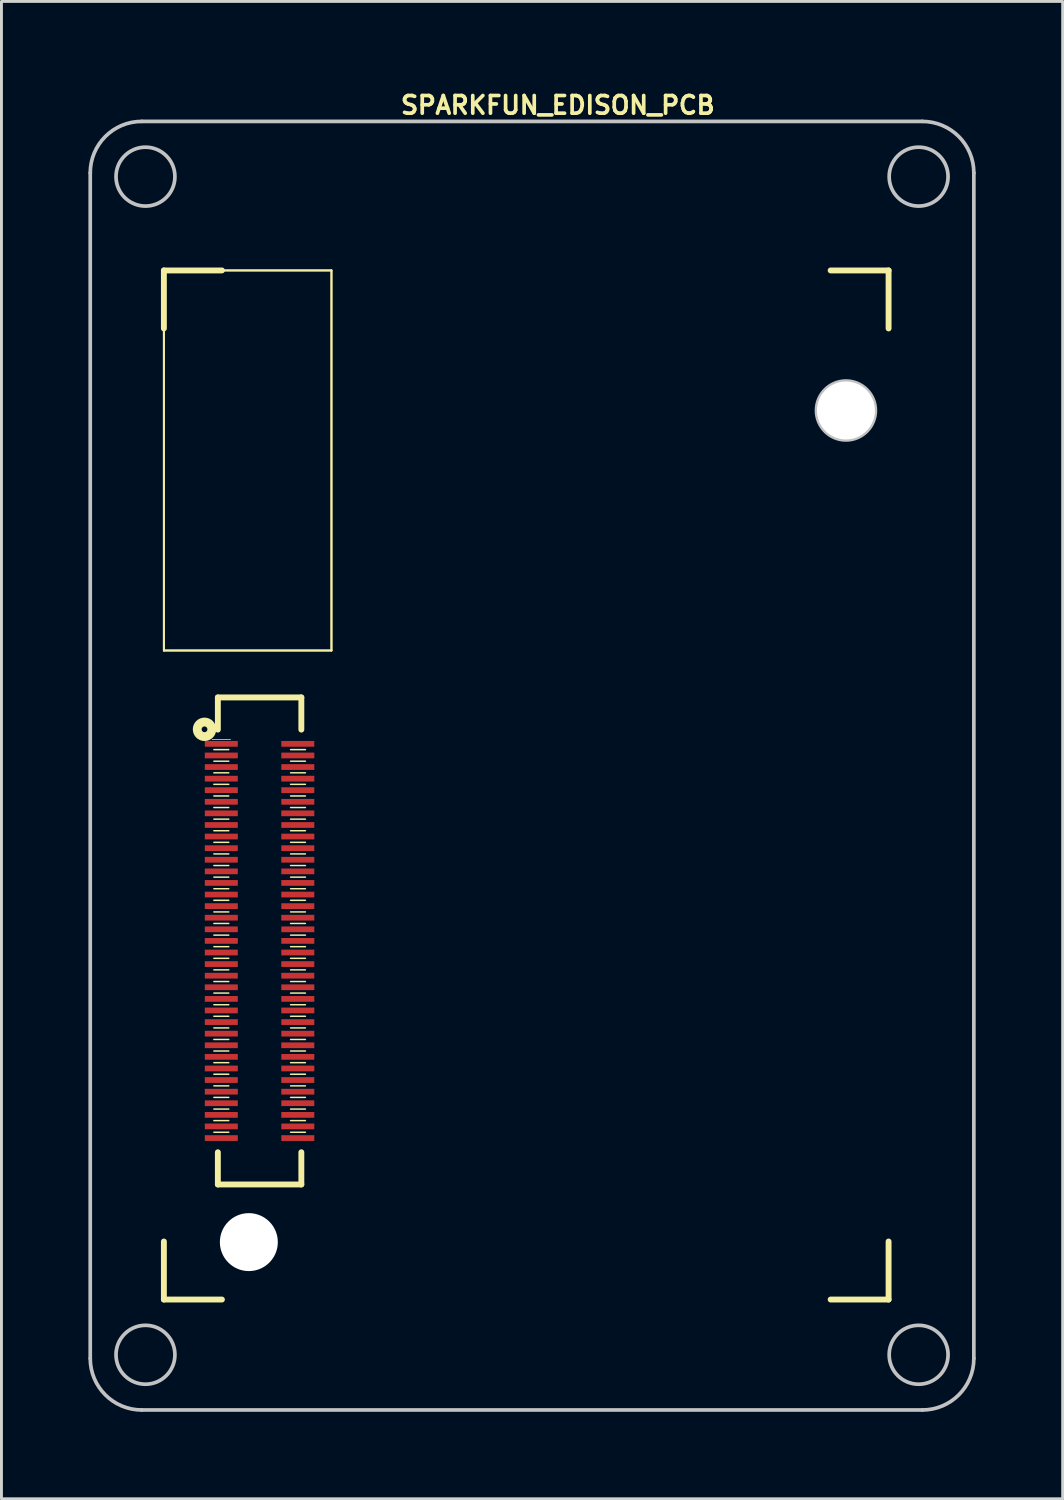
<source format=kicad_pcb>
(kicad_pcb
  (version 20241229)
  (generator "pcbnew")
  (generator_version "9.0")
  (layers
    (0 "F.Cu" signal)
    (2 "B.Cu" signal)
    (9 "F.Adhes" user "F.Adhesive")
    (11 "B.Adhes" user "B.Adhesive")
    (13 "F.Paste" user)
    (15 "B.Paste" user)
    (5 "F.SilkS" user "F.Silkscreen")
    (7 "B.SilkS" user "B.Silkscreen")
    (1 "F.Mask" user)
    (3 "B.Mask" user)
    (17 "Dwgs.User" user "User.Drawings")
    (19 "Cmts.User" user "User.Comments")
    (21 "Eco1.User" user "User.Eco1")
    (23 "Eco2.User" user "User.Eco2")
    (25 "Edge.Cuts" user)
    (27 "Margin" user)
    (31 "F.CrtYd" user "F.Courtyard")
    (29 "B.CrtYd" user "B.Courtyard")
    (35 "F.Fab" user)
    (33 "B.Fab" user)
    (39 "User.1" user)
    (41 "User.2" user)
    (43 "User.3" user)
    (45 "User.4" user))
  (footprint "SPARKFUN_EDISON_PCB"
    (layer "F.Cu")
    (at 15.303 23.998)
    (property "Reference" "SPARKFUN_EDISON_PCB" (at 0.889 -23.419 0) (layer "F.SilkS") (effects (font (size 0.61 0.61) (thickness 0.127))))
    (attr smd)
    (fp_line (start -12.7 -17.719) (end -10.698 -17.719) (stroke (width 0.203) (type solid)) (layer "F.SilkS"))
    (fp_line (start -12.7 -17.719) (end -6.919 -17.719) (stroke (width 0.066) (type solid)) (layer "F.SilkS"))
    (fp_line (start -12.7 -17.719) (end -6.919 -17.719) (stroke (width 0.066) (type solid)) (layer "F.SilkS"))
    (fp_line (start -12.7 -15.718) (end -12.7 -17.719) (stroke (width 0.203) (type solid)) (layer "F.SilkS"))
    (fp_line (start -12.7 -4.608) (end -12.7 -17.719) (stroke (width 0.066) (type solid)) (layer "F.SilkS"))
    (fp_line (start -12.7 -4.608) (end -12.7 -17.719) (stroke (width 0.066) (type solid)) (layer "F.SilkS"))
    (fp_line (start -12.7 -4.608) (end -6.919 -4.608) (stroke (width 0.066) (type solid)) (layer "F.SilkS"))
    (fp_line (start -12.7 -4.608) (end -6.919 -4.608) (stroke (width 0.066) (type solid)) (layer "F.SilkS"))
    (fp_line (start -12.7 17.78) (end -12.7 15.778) (stroke (width 0.203) (type solid)) (layer "F.SilkS"))
    (fp_line (start -11.036 -1.537) (end -10.401 -1.537) (stroke (width 0.025) (type solid)) (layer "F.SilkS"))
    (fp_line (start -10.975 -1.189) (end -10.462 -1.189) (stroke (width 0.051) (type solid)) (layer "F.SilkS"))
    (fp_line (start -10.975 -0.79) (end -10.462 -0.79) (stroke (width 0.051) (type solid)) (layer "F.SilkS"))
    (fp_line (start -10.975 -0.389) (end -10.462 -0.389) (stroke (width 0.051) (type solid)) (layer "F.SilkS"))
    (fp_line (start -10.975 0.008) (end -10.462 0.008) (stroke (width 0.051) (type solid)) (layer "F.SilkS"))
    (fp_line (start -10.975 0.409) (end -10.462 0.409) (stroke (width 0.051) (type solid)) (layer "F.SilkS"))
    (fp_line (start -10.975 0.808) (end -10.462 0.808) (stroke (width 0.051) (type solid)) (layer "F.SilkS"))
    (fp_line (start -10.975 1.209) (end -10.462 1.209) (stroke (width 0.051) (type solid)) (layer "F.SilkS"))
    (fp_line (start -10.975 1.608) (end -10.462 1.608) (stroke (width 0.051) (type solid)) (layer "F.SilkS"))
    (fp_line (start -10.975 2.009) (end -10.462 2.009) (stroke (width 0.051) (type solid)) (layer "F.SilkS"))
    (fp_line (start -10.975 2.408) (end -10.462 2.408) (stroke (width 0.051) (type solid)) (layer "F.SilkS"))
    (fp_line (start -10.975 2.809) (end -10.462 2.809) (stroke (width 0.051) (type solid)) (layer "F.SilkS"))
    (fp_line (start -10.975 3.208) (end -10.462 3.208) (stroke (width 0.051) (type solid)) (layer "F.SilkS"))
    (fp_line (start -10.975 3.609) (end -10.462 3.609) (stroke (width 0.051) (type solid)) (layer "F.SilkS"))
    (fp_line (start -10.975 4.008) (end -10.462 4.008) (stroke (width 0.051) (type solid)) (layer "F.SilkS"))
    (fp_line (start -10.975 4.409) (end -10.462 4.409) (stroke (width 0.051) (type solid)) (layer "F.SilkS"))
    (fp_line (start -10.975 4.808) (end -10.462 4.808) (stroke (width 0.051) (type solid)) (layer "F.SilkS"))
    (fp_line (start -10.975 5.21) (end -10.462 5.21) (stroke (width 0.051) (type solid)) (layer "F.SilkS"))
    (fp_line (start -10.975 5.608) (end -10.462 5.608) (stroke (width 0.051) (type solid)) (layer "F.SilkS"))
    (fp_line (start -10.975 6.01) (end -10.462 6.01) (stroke (width 0.051) (type solid)) (layer "F.SilkS"))
    (fp_line (start -10.975 6.408) (end -10.462 6.408) (stroke (width 0.051) (type solid)) (layer "F.SilkS"))
    (fp_line (start -10.975 6.81) (end -10.462 6.81) (stroke (width 0.051) (type solid)) (layer "F.SilkS"))
    (fp_line (start -10.975 7.209) (end -10.462 7.209) (stroke (width 0.051) (type solid)) (layer "F.SilkS"))
    (fp_line (start -10.975 7.61) (end -10.462 7.61) (stroke (width 0.051) (type solid)) (layer "F.SilkS"))
    (fp_line (start -10.975 8.009) (end -10.462 8.009) (stroke (width 0.051) (type solid)) (layer "F.SilkS"))
    (fp_line (start -10.975 8.41) (end -10.462 8.41) (stroke (width 0.051) (type solid)) (layer "F.SilkS"))
    (fp_line (start -10.975 8.809) (end -10.462 8.809) (stroke (width 0.051) (type solid)) (layer "F.SilkS"))
    (fp_line (start -10.975 9.207) (end -10.462 9.207) (stroke (width 0.051) (type solid)) (layer "F.SilkS"))
    (fp_line (start -10.975 9.609) (end -10.462 9.609) (stroke (width 0.051) (type solid)) (layer "F.SilkS"))
    (fp_line (start -10.975 10.008) (end -10.462 10.008) (stroke (width 0.051) (type solid)) (layer "F.SilkS"))
    (fp_line (start -10.975 10.409) (end -10.462 10.409) (stroke (width 0.051) (type solid)) (layer "F.SilkS"))
    (fp_line (start -10.975 10.808) (end -10.462 10.808) (stroke (width 0.051) (type solid)) (layer "F.SilkS"))
    (fp_line (start -10.975 11.209) (end -10.462 11.209) (stroke (width 0.051) (type solid)) (layer "F.SilkS"))
    (fp_line (start -10.975 11.608) (end -10.462 11.608) (stroke (width 0.051) (type solid)) (layer "F.SilkS"))
    (fp_line (start -10.975 12.009) (end -10.462 12.009) (stroke (width 0.051) (type solid)) (layer "F.SilkS"))
    (fp_line (start -10.838 -2.99) (end -10.838 -1.88) (stroke (width 0.203) (type solid)) (layer "F.SilkS"))
    (fp_line (start -10.838 -2.99) (end -7.958 -2.99) (stroke (width 0.203) (type solid)) (layer "F.SilkS"))
    (fp_line (start -10.838 12.7) (end -10.838 13.81) (stroke (width 0.203) (type solid)) (layer "F.SilkS"))
    (fp_line (start -10.698 17.78) (end -12.7 17.78) (stroke (width 0.203) (type solid)) (layer "F.SilkS"))
    (fp_line (start -8.329 -1.189) (end -7.818 -1.189) (stroke (width 0.051) (type solid)) (layer "F.SilkS"))
    (fp_line (start -8.329 -0.79) (end -7.818 -0.79) (stroke (width 0.051) (type solid)) (layer "F.SilkS"))
    (fp_line (start -8.329 -0.389) (end -7.818 -0.389) (stroke (width 0.051) (type solid)) (layer "F.SilkS"))
    (fp_line (start -8.329 0.008) (end -7.818 0.008) (stroke (width 0.051) (type solid)) (layer "F.SilkS"))
    (fp_line (start -8.329 0.409) (end -7.818 0.409) (stroke (width 0.051) (type solid)) (layer "F.SilkS"))
    (fp_line (start -8.329 0.808) (end -7.818 0.808) (stroke (width 0.051) (type solid)) (layer "F.SilkS"))
    (fp_line (start -8.329 1.209) (end -7.818 1.209) (stroke (width 0.051) (type solid)) (layer "F.SilkS"))
    (fp_line (start -8.329 1.608) (end -7.818 1.608) (stroke (width 0.051) (type solid)) (layer "F.SilkS"))
    (fp_line (start -8.329 2.009) (end -7.818 2.009) (stroke (width 0.051) (type solid)) (layer "F.SilkS"))
    (fp_line (start -8.329 2.408) (end -7.818 2.408) (stroke (width 0.051) (type solid)) (layer "F.SilkS"))
    (fp_line (start -8.329 2.809) (end -7.818 2.809) (stroke (width 0.051) (type solid)) (layer "F.SilkS"))
    (fp_line (start -8.329 3.208) (end -7.818 3.208) (stroke (width 0.051) (type solid)) (layer "F.SilkS"))
    (fp_line (start -8.329 3.609) (end -7.818 3.609) (stroke (width 0.051) (type solid)) (layer "F.SilkS"))
    (fp_line (start -8.329 4.008) (end -7.818 4.008) (stroke (width 0.051) (type solid)) (layer "F.SilkS"))
    (fp_line (start -8.329 4.409) (end -7.818 4.409) (stroke (width 0.051) (type solid)) (layer "F.SilkS"))
    (fp_line (start -8.329 4.808) (end -7.818 4.808) (stroke (width 0.051) (type solid)) (layer "F.SilkS"))
    (fp_line (start -8.329 5.21) (end -7.818 5.21) (stroke (width 0.051) (type solid)) (layer "F.SilkS"))
    (fp_line (start -8.329 5.608) (end -7.818 5.608) (stroke (width 0.051) (type solid)) (layer "F.SilkS"))
    (fp_line (start -8.329 6.01) (end -7.818 6.01) (stroke (width 0.051) (type solid)) (layer "F.SilkS"))
    (fp_line (start -8.329 6.408) (end -7.818 6.408) (stroke (width 0.051) (type solid)) (layer "F.SilkS"))
    (fp_line (start -8.329 6.81) (end -7.818 6.81) (stroke (width 0.051) (type solid)) (layer "F.SilkS"))
    (fp_line (start -8.329 7.209) (end -7.818 7.209) (stroke (width 0.051) (type solid)) (layer "F.SilkS"))
    (fp_line (start -8.329 7.61) (end -7.818 7.61) (stroke (width 0.051) (type solid)) (layer "F.SilkS"))
    (fp_line (start -8.329 8.009) (end -7.818 8.009) (stroke (width 0.051) (type solid)) (layer "F.SilkS"))
    (fp_line (start -8.329 8.41) (end -7.818 8.41) (stroke (width 0.051) (type solid)) (layer "F.SilkS"))
    (fp_line (start -8.329 8.809) (end -7.818 8.809) (stroke (width 0.051) (type solid)) (layer "F.SilkS"))
    (fp_line (start -8.329 9.207) (end -7.818 9.207) (stroke (width 0.051) (type solid)) (layer "F.SilkS"))
    (fp_line (start -8.329 9.609) (end -7.818 9.609) (stroke (width 0.051) (type solid)) (layer "F.SilkS"))
    (fp_line (start -8.329 10.008) (end -7.818 10.008) (stroke (width 0.051) (type solid)) (layer "F.SilkS"))
    (fp_line (start -8.329 10.409) (end -7.818 10.409) (stroke (width 0.051) (type solid)) (layer "F.SilkS"))
    (fp_line (start -8.329 10.808) (end -7.818 10.808) (stroke (width 0.051) (type solid)) (layer "F.SilkS"))
    (fp_line (start -8.329 11.209) (end -7.818 11.209) (stroke (width 0.051) (type solid)) (layer "F.SilkS"))
    (fp_line (start -8.329 11.608) (end -7.818 11.608) (stroke (width 0.051) (type solid)) (layer "F.SilkS"))
    (fp_line (start -8.329 12.009) (end -7.818 12.009) (stroke (width 0.051) (type solid)) (layer "F.SilkS"))
    (fp_line (start -7.958 -2.99) (end -7.958 -1.88) (stroke (width 0.203) (type solid)) (layer "F.SilkS"))
    (fp_line (start -7.958 12.7) (end -7.958 13.81) (stroke (width 0.203) (type solid)) (layer "F.SilkS"))
    (fp_line (start -7.958 13.81) (end -10.838 13.81) (stroke (width 0.203) (type solid)) (layer "F.SilkS"))
    (fp_line (start -6.919 -4.608) (end -6.919 -17.719) (stroke (width 0.066) (type solid)) (layer "F.SilkS"))
    (fp_line (start -6.919 -4.608) (end -6.919 -17.719) (stroke (width 0.066) (type solid)) (layer "F.SilkS"))
    (fp_line (start 10.3 -17.719) (end 12.299 -17.719) (stroke (width 0.203) (type solid)) (layer "F.SilkS"))
    (fp_line (start 12.299 -17.719) (end 12.299 -15.718) (stroke (width 0.203) (type solid)) (layer "F.SilkS"))
    (fp_line (start 12.299 15.778) (end 12.299 17.78) (stroke (width 0.203) (type solid)) (layer "F.SilkS"))
    (fp_line (start 12.299 17.78) (end 10.3 17.78) (stroke (width 0.203) (type solid)) (layer "F.SilkS"))
    (fp_circle (center -11.298 -1.89) (end -11.298 -1.989) (stroke (width 0.305) (type solid)) (fill no) (layer "F.SilkS"))
    (fp_line (start -15.24 19.812) (end -15.24 -21.082) (stroke (width 0.127) (type solid)) (layer "Dwgs.User"))
    (fp_line (start -13.462 21.59) (end 13.462 21.59) (stroke (width 0.127) (type solid)) (layer "Dwgs.User"))
    (fp_line (start 13.462 -22.86) (end -13.462 -22.86) (stroke (width 0.127) (type solid)) (layer "Dwgs.User"))
    (fp_line (start 15.24 19.812) (end 15.24 -21.082) (stroke (width 0.127) (type solid)) (layer "Dwgs.User"))
    (fp_arc (start -15.24 -21.082) (mid -14.719236 -22.339236) (end -13.462 -22.86) (stroke (width 0.127) (type solid)) (layer "Dwgs.User"))
    (fp_arc (start -13.462 21.59) (mid -14.719236 21.069236) (end -15.24 19.812) (stroke (width 0.127) (type solid)) (layer "Dwgs.User"))
    (fp_arc (start 13.462 -22.86) (mid 14.719236 -22.339236) (end 15.24 -21.082) (stroke (width 0.127) (type solid)) (layer "Dwgs.User"))
    (fp_arc (start 15.24 19.812) (mid 14.719236 21.069236) (end 13.462 21.59) (stroke (width 0.127) (type solid)) (layer "Dwgs.User"))
    (fp_circle (center -13.335 -20.955) (end -13.335 -21.971) (stroke (width 0.127) (type solid)) (fill no) (layer "Dwgs.User"))
    (fp_circle (center -13.335 19.685) (end -13.335 18.669) (stroke (width 0.127) (type solid)) (fill no) (layer "Dwgs.User"))
    (fp_circle (center 10.828 -12.888) (end 10.828 -13.904) (stroke (width 0.127) (type solid)) (fill no) (layer "Dwgs.User"))
    (fp_circle (center 13.335 -20.955) (end 13.335 -21.971) (stroke (width 0.127) (type solid)) (fill no) (layer "Dwgs.User"))
    (fp_circle (center 13.335 19.685) (end 13.335 18.669) (stroke (width 0.127) (type solid)) (fill no) (layer "Dwgs.User"))
    (pad "" np_thru_hole circle (at -9.769 15.799) (size 1.999 1.999) (drill 1.999) (layers "*.Cu" "*.Mask"))
    (pad "" np_thru_hole circle (at 10.828 -12.888) (size 1.999 1.999) (drill 1.999) (layers "*.Cu" "*.Mask"))
    (pad "1" smd rect (at -10.719 -1.389 90) (size 0.198 1.138) (layers "F.Cu" "F.Mask" "F.Paste"))
    (pad "2" smd rect (at -8.08 -1.389 90) (size 0.198 1.138) (layers "F.Cu" "F.Mask" "F.Paste"))
    (pad "3" smd rect (at -10.719 -0.988 90) (size 0.198 1.138) (layers "F.Cu" "F.Mask" "F.Paste"))
    (pad "4" smd rect (at -8.08 -0.988 90) (size 0.198 1.138) (layers "F.Cu" "F.Mask" "F.Paste"))
    (pad "5" smd rect (at -10.719 -0.589 90) (size 0.198 1.138) (layers "F.Cu" "F.Mask" "F.Paste"))
    (pad "6" smd rect (at -8.08 -0.589 90) (size 0.198 1.138) (layers "F.Cu" "F.Mask" "F.Paste"))
    (pad "7" smd rect (at -10.719 -0.188 90) (size 0.198 1.138) (layers "F.Cu" "F.Mask" "F.Paste"))
    (pad "8" smd rect (at -8.08 -0.188 90) (size 0.198 1.138) (layers "F.Cu" "F.Mask" "F.Paste"))
    (pad "9" smd rect (at -10.719 0.208 90) (size 0.198 1.138) (layers "F.Cu" "F.Mask" "F.Paste"))
    (pad "10" smd rect (at -8.08 0.208 90) (size 0.198 1.138) (layers "F.Cu" "F.Mask" "F.Paste"))
    (pad "11" smd rect (at -10.719 0.61 90) (size 0.198 1.138) (layers "F.Cu" "F.Mask" "F.Paste"))
    (pad "12" smd rect (at -8.08 0.61 90) (size 0.198 1.138) (layers "F.Cu" "F.Mask" "F.Paste"))
    (pad "13" smd rect (at -10.719 1.008 90) (size 0.198 1.138) (layers "F.Cu" "F.Mask" "F.Paste"))
    (pad "14" smd rect (at -8.08 1.008 90) (size 0.198 1.138) (layers "F.Cu" "F.Mask" "F.Paste"))
    (pad "15" smd rect (at -10.719 1.41 90) (size 0.198 1.138) (layers "F.Cu" "F.Mask" "F.Paste"))
    (pad "16" smd rect (at -8.08 1.41 90) (size 0.198 1.138) (layers "F.Cu" "F.Mask" "F.Paste"))
    (pad "17" smd rect (at -10.719 1.808 90) (size 0.198 1.138) (layers "F.Cu" "F.Mask" "F.Paste"))
    (pad "18" smd rect (at -8.08 1.808 90) (size 0.198 1.138) (layers "F.Cu" "F.Mask" "F.Paste"))
    (pad "19" smd rect (at -10.719 2.21 90) (size 0.198 1.138) (layers "F.Cu" "F.Mask" "F.Paste"))
    (pad "20" smd rect (at -8.08 2.21 90) (size 0.198 1.138) (layers "F.Cu" "F.Mask" "F.Paste"))
    (pad "21" smd rect (at -10.719 2.609 90) (size 0.198 1.138) (layers "F.Cu" "F.Mask" "F.Paste"))
    (pad "22" smd rect (at -8.08 2.609 90) (size 0.198 1.138) (layers "F.Cu" "F.Mask" "F.Paste"))
    (pad "23" smd rect (at -10.719 3.01 90) (size 0.198 1.138) (layers "F.Cu" "F.Mask" "F.Paste"))
    (pad "24" smd rect (at -8.08 3.01 90) (size 0.198 1.138) (layers "F.Cu" "F.Mask" "F.Paste"))
    (pad "25" smd rect (at -10.719 3.409 90) (size 0.198 1.138) (layers "F.Cu" "F.Mask" "F.Paste"))
    (pad "26" smd rect (at -8.08 3.409 90) (size 0.198 1.138) (layers "F.Cu" "F.Mask" "F.Paste"))
    (pad "27" smd rect (at -10.719 3.81 90) (size 0.198 1.138) (layers "F.Cu" "F.Mask" "F.Paste"))
    (pad "28" smd rect (at -8.08 3.81 90) (size 0.198 1.138) (layers "F.Cu" "F.Mask" "F.Paste"))
    (pad "29" smd rect (at -10.719 4.209 90) (size 0.198 1.138) (layers "F.Cu" "F.Mask" "F.Paste"))
    (pad "30" smd rect (at -8.08 4.209 90) (size 0.198 1.138) (layers "F.Cu" "F.Mask" "F.Paste"))
    (pad "31" smd rect (at -10.719 4.608 90) (size 0.198 1.138) (layers "F.Cu" "F.Mask" "F.Paste"))
    (pad "32" smd rect (at -8.08 4.608 90) (size 0.198 1.138) (layers "F.Cu" "F.Mask" "F.Paste"))
    (pad "33" smd rect (at -10.719 5.009 90) (size 0.198 1.138) (layers "F.Cu" "F.Mask" "F.Paste"))
    (pad "34" smd rect (at -8.08 5.009 90) (size 0.198 1.138) (layers "F.Cu" "F.Mask" "F.Paste"))
    (pad "35" smd rect (at -10.719 5.408 90) (size 0.198 1.138) (layers "F.Cu" "F.Mask" "F.Paste"))
    (pad "36" smd rect (at -8.08 5.408 90) (size 0.198 1.138) (layers "F.Cu" "F.Mask" "F.Paste"))
    (pad "37" smd rect (at -10.719 5.809 90) (size 0.198 1.138) (layers "F.Cu" "F.Mask" "F.Paste"))
    (pad "38" smd rect (at -8.08 5.809 90) (size 0.198 1.138) (layers "F.Cu" "F.Mask" "F.Paste"))
    (pad "39" smd rect (at -10.719 6.208 90) (size 0.198 1.138) (layers "F.Cu" "F.Mask" "F.Paste"))
    (pad "40" smd rect (at -8.08 6.208 90) (size 0.198 1.138) (layers "F.Cu" "F.Mask" "F.Paste"))
    (pad "41" smd rect (at -10.719 6.609 90) (size 0.198 1.138) (layers "F.Cu" "F.Mask" "F.Paste"))
    (pad "42" smd rect (at -8.08 6.609 90) (size 0.198 1.138) (layers "F.Cu" "F.Mask" "F.Paste"))
    (pad "43" smd rect (at -10.719 7.008 90) (size 0.198 1.138) (layers "F.Cu" "F.Mask" "F.Paste"))
    (pad "44" smd rect (at -8.08 7.008 90) (size 0.198 1.138) (layers "F.Cu" "F.Mask" "F.Paste"))
    (pad "45" smd rect (at -10.719 7.409 90) (size 0.198 1.138) (layers "F.Cu" "F.Mask" "F.Paste"))
    (pad "46" smd rect (at -8.08 7.409 90) (size 0.198 1.138) (layers "F.Cu" "F.Mask" "F.Paste"))
    (pad "47" smd rect (at -10.719 7.808 90) (size 0.198 1.138) (layers "F.Cu" "F.Mask" "F.Paste"))
    (pad "48" smd rect (at -8.08 7.808 90) (size 0.198 1.138) (layers "F.Cu" "F.Mask" "F.Paste"))
    (pad "49" smd rect (at -10.719 8.209 90) (size 0.198 1.138) (layers "F.Cu" "F.Mask" "F.Paste"))
    (pad "50" smd rect (at -8.08 8.209 90) (size 0.198 1.138) (layers "F.Cu" "F.Mask" "F.Paste"))
    (pad "51" smd rect (at -10.719 8.608 90) (size 0.198 1.138) (layers "F.Cu" "F.Mask" "F.Paste"))
    (pad "52" smd rect (at -8.08 8.608 90) (size 0.198 1.138) (layers "F.Cu" "F.Mask" "F.Paste"))
    (pad "53" smd rect (at -10.719 9.009 90) (size 0.198 1.138) (layers "F.Cu" "F.Mask" "F.Paste"))
    (pad "54" smd rect (at -8.08 9.009 90) (size 0.198 1.138) (layers "F.Cu" "F.Mask" "F.Paste"))
    (pad "55" smd rect (at -10.719 9.408 90) (size 0.198 1.138) (layers "F.Cu" "F.Mask" "F.Paste"))
    (pad "56" smd rect (at -8.08 9.408 90) (size 0.198 1.138) (layers "F.Cu" "F.Mask" "F.Paste"))
    (pad "57" smd rect (at -10.719 9.809 90) (size 0.198 1.138) (layers "F.Cu" "F.Mask" "F.Paste"))
    (pad "58" smd rect (at -8.08 9.809 90) (size 0.198 1.138) (layers "F.Cu" "F.Mask" "F.Paste"))
    (pad "59" smd rect (at -10.719 10.208 90) (size 0.198 1.138) (layers "F.Cu" "F.Mask" "F.Paste"))
    (pad "60" smd rect (at -8.08 10.208 90) (size 0.198 1.138) (layers "F.Cu" "F.Mask" "F.Paste"))
    (pad "61" smd rect (at -10.719 10.61 90) (size 0.198 1.138) (layers "F.Cu" "F.Mask" "F.Paste"))
    (pad "62" smd rect (at -8.08 10.61 90) (size 0.198 1.138) (layers "F.Cu" "F.Mask" "F.Paste"))
    (pad "63" smd rect (at -10.719 11.008 90) (size 0.198 1.138) (layers "F.Cu" "F.Mask" "F.Paste"))
    (pad "64" smd rect (at -8.08 11.008 90) (size 0.198 1.138) (layers "F.Cu" "F.Mask" "F.Paste"))
    (pad "65" smd rect (at -10.719 11.41 90) (size 0.198 1.138) (layers "F.Cu" "F.Mask" "F.Paste"))
    (pad "66" smd rect (at -8.08 11.41 90) (size 0.198 1.138) (layers "F.Cu" "F.Mask" "F.Paste"))
    (pad "67" smd rect (at -10.719 11.808 90) (size 0.198 1.138) (layers "F.Cu" "F.Mask" "F.Paste"))
    (pad "68" smd rect (at -8.08 11.808 90) (size 0.198 1.138) (layers "F.Cu" "F.Mask" "F.Paste"))
    (pad "69" smd rect (at -10.719 12.21 90) (size 0.198 1.138) (layers "F.Cu" "F.Mask" "F.Paste"))
    (pad "70" smd rect (at -8.08 12.21 90) (size 0.198 1.138) (layers "F.Cu" "F.Mask" "F.Paste")))
  (gr_rect
    (start -3 -3)
    (end 33.607 48.652)
    (stroke (width 0.1) (type default))
    (fill no)
    (layer "Edge.Cuts")))
</source>
